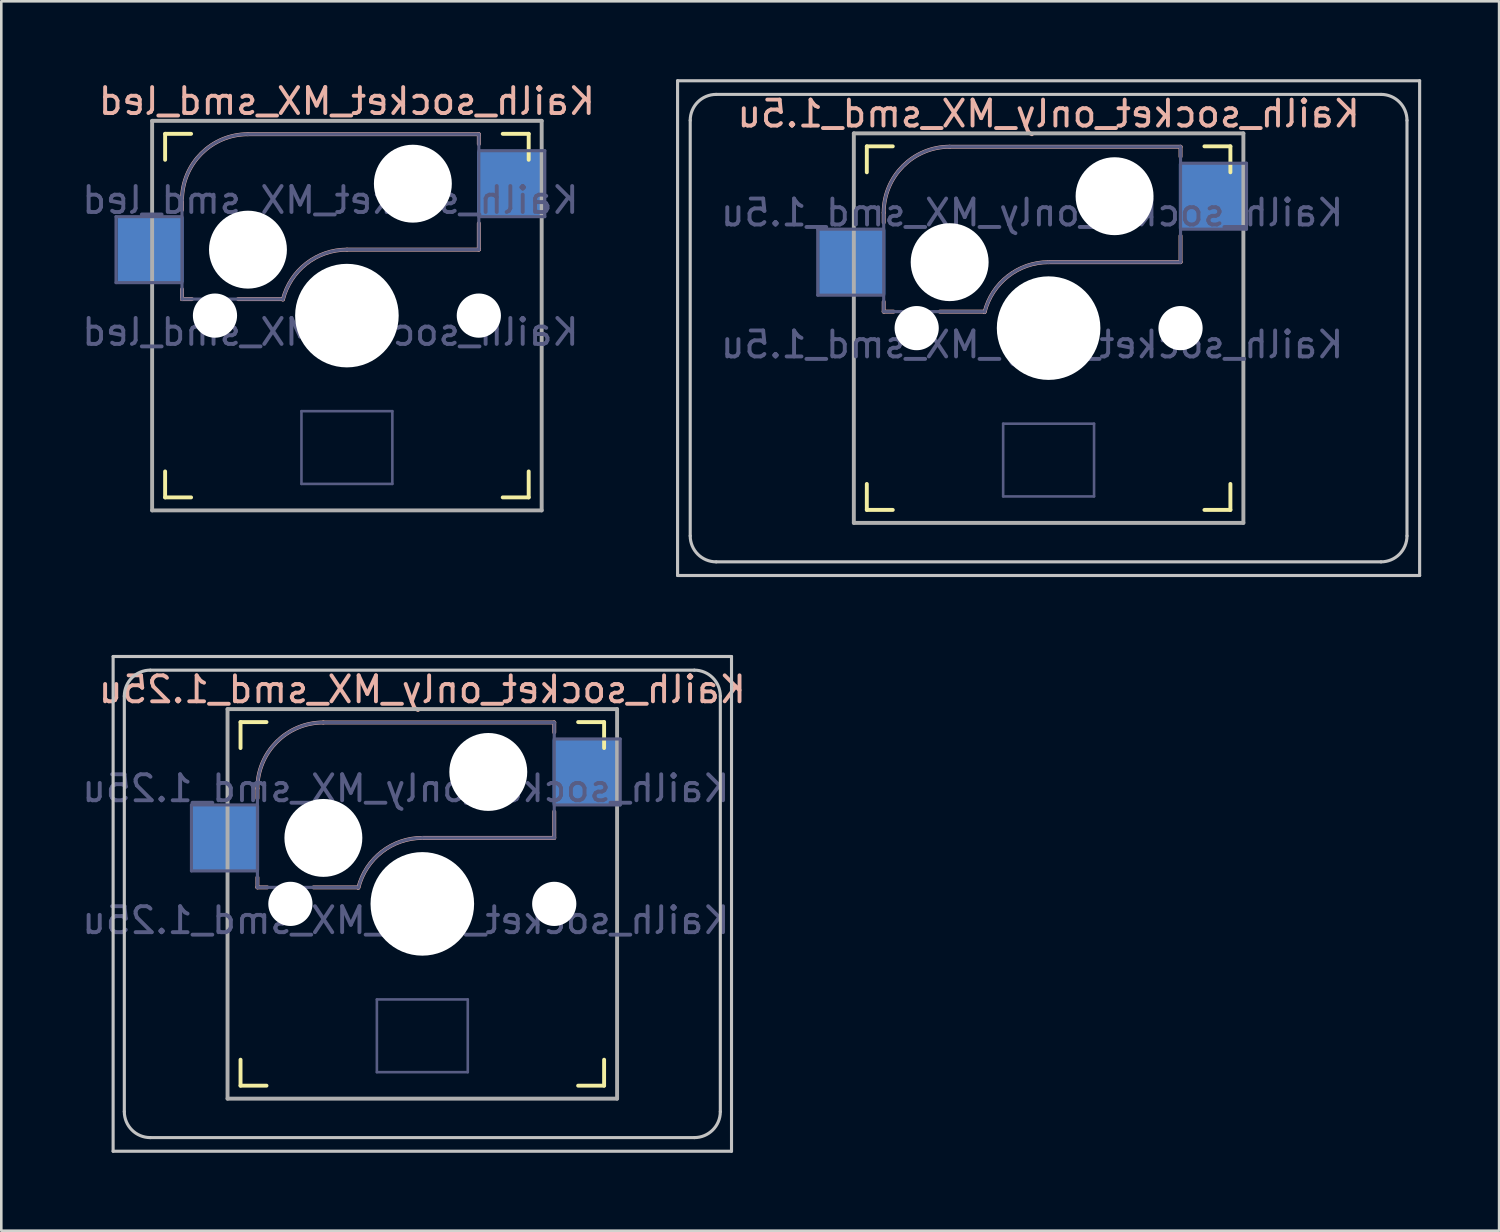
<source format=kicad_pcb>
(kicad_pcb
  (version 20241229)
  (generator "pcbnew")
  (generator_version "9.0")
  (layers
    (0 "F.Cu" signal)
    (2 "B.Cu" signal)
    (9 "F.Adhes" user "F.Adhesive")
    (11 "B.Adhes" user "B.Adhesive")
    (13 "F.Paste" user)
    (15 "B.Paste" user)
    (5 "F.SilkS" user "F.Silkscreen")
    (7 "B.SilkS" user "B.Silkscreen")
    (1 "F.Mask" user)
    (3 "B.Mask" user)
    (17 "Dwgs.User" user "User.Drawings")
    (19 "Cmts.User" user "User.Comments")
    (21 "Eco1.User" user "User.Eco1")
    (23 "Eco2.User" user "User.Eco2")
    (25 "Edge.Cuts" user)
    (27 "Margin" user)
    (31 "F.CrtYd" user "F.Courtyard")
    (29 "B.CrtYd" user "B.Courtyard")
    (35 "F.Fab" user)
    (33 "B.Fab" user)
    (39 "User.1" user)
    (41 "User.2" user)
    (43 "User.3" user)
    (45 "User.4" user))
  (footprint "Kailh_socket_only_MX_smd_1.25u"
    (layer "F.Cu")
    (at 13.212 31.755)
    (property "Reference" "Kailh_socket_only_MX_smd_1.25u" (at 0 -8.255 0) (layer "B.SilkS") (effects (font (size 1 1) (thickness 0.15)) (justify mirror)))
    (property "Value" "Kailh_socket_only_MX_smd_1.25u" (at 0 8.255 0) (layer "F.Fab") (hide yes) (effects (font (size 1 1) (thickness 0.15))))
    (attr smd)
    (fp_line (start -7 -6) (end -7 -7) (stroke (width 0.15) (type solid)) (layer "F.SilkS"))
    (fp_line (start -7 7) (end -7 6) (stroke (width 0.15) (type solid)) (layer "F.SilkS"))
    (fp_line (start -7 7) (end -6 7) (stroke (width 0.15) (type solid)) (layer "F.SilkS"))
    (fp_line (start -6 -7) (end -7 -7) (stroke (width 0.15) (type solid)) (layer "F.SilkS"))
    (fp_line (start 6 7) (end 7 7) (stroke (width 0.15) (type solid)) (layer "F.SilkS"))
    (fp_line (start 7 -7) (end 6 -7) (stroke (width 0.15) (type solid)) (layer "F.SilkS"))
    (fp_line (start 7 -7) (end 7 -6) (stroke (width 0.15) (type solid)) (layer "F.SilkS"))
    (fp_line (start 7 6) (end 7 7) (stroke (width 0.15) (type solid)) (layer "F.SilkS"))
    (fp_line (start -6.35 -4.445) (end -6.35 -4.064) (stroke (width 0.15) (type solid)) (layer "B.SilkS"))
    (fp_line (start -6.35 -1.016) (end -6.35 -0.635) (stroke (width 0.15) (type solid)) (layer "B.SilkS"))
    (fp_line (start -5.969 -0.635) (end -6.35 -0.635) (stroke (width 0.15) (type solid)) (layer "B.SilkS"))
    (fp_line (start -3.81 -6.985) (end 5.08 -6.985) (stroke (width 0.15) (type solid)) (layer "B.SilkS"))
    (fp_line (start -2.464 -0.635) (end -4.191 -0.635) (stroke (width 0.15) (type solid)) (layer "B.SilkS"))
    (fp_line (start 5.08 -6.985) (end 5.08 -6.604) (stroke (width 0.15) (type solid)) (layer "B.SilkS"))
    (fp_line (start 5.08 -3.556) (end 5.08 -2.54) (stroke (width 0.15) (type solid)) (layer "B.SilkS"))
    (fp_line (start 5.08 -2.54) (end 0 -2.54) (stroke (width 0.15) (type solid)) (layer "B.SilkS"))
    (fp_arc (start -6.35 -4.445) (mid -5.606051 -6.241051) (end -3.81 -6.985) (stroke (width 0.15) (type solid)) (layer "B.SilkS"))
    (fp_arc (start -2.464162 -0.61604) (mid -1.563147 -2.002042) (end 0 -2.54) (stroke (width 0.15) (type solid)) (layer "B.SilkS"))
    (fp_line (start -11.906 -9.525) (end 11.906 -9.525) (stroke (width 0.12) (type solid)) (layer "Dwgs.User"))
    (fp_line (start -11.906 9.525) (end -11.906 -9.525) (stroke (width 0.12) (type solid)) (layer "Dwgs.User"))
    (fp_line (start -11.475 8) (end -11.475 -8) (stroke (width 0.12) (type solid)) (layer "Dwgs.User"))
    (fp_line (start -10.475 -9) (end 10.475 -9) (stroke (width 0.12) (type solid)) (layer "Dwgs.User"))
    (fp_line (start -10.475 9) (end 10.475 9) (stroke (width 0.12) (type solid)) (layer "Dwgs.User"))
    (fp_line (start 11.475 8) (end 11.475 -8) (stroke (width 0.12) (type solid)) (layer "Dwgs.User"))
    (fp_line (start 11.906 -9.525) (end 11.906 9.525) (stroke (width 0.12) (type solid)) (layer "Dwgs.User"))
    (fp_line (start 11.906 9.525) (end -11.906 9.525) (stroke (width 0.12) (type solid)) (layer "Dwgs.User"))
    (fp_arc (start -11.475 -8) (mid -11.182107 -8.707107) (end -10.475 -9) (stroke (width 0.12) (type solid)) (layer "Dwgs.User"))
    (fp_arc (start -10.475 9) (mid -11.182107 8.707107) (end -11.475 8) (stroke (width 0.12) (type solid)) (layer "Dwgs.User"))
    (fp_arc (start 10.475 -9) (mid 11.182107 -8.707107) (end 11.475 -8) (stroke (width 0.12) (type solid)) (layer "Dwgs.User"))
    (fp_arc (start 11.475 8) (mid 11.182107 8.707107) (end 10.475 9) (stroke (width 0.12) (type solid)) (layer "Dwgs.User"))
    (fp_line (start -6.9 6.9) (end -6.9 -6.9) (stroke (width 0.15) (type solid)) (layer "Eco2.User"))
    (fp_line (start -6.9 6.9) (end 6.9 6.9) (stroke (width 0.15) (type solid)) (layer "Eco2.User"))
    (fp_line (start 6.9 -6.9) (end -6.9 -6.9) (stroke (width 0.15) (type solid)) (layer "Eco2.User"))
    (fp_line (start 6.9 -6.9) (end 6.9 6.9) (stroke (width 0.15) (type solid)) (layer "Eco2.User"))
    (fp_line (start -8.89 -3.81) (end -6.35 -3.81) (stroke (width 0.12) (type solid)) (layer "B.Fab"))
    (fp_line (start -8.89 -1.27) (end -8.89 -3.81) (stroke (width 0.12) (type solid)) (layer "B.Fab"))
    (fp_line (start -6.35 -1.27) (end -8.89 -1.27) (stroke (width 0.12) (type solid)) (layer "B.Fab"))
    (fp_line (start -6.35 -0.635) (end -6.35 -4.445) (stroke (width 0.12) (type solid)) (layer "B.Fab"))
    (fp_line (start -6.35 -0.635) (end -2.54 -0.635) (stroke (width 0.12) (type solid)) (layer "B.Fab"))
    (fp_line (start -3.81 -6.985) (end 5.08 -6.985) (stroke (width 0.12) (type solid)) (layer "B.Fab"))
    (fp_line (start -1.75 3.68) (end -1.75 6.48) (stroke (width 0.1) (type solid)) (layer "B.Fab"))
    (fp_line (start -1.75 3.68) (end 1.75 3.68) (stroke (width 0.1) (type solid)) (layer "B.Fab"))
    (fp_line (start -1.75 6.48) (end 1.75 6.48) (stroke (width 0.1) (type solid)) (layer "B.Fab"))
    (fp_line (start 1.75 3.68) (end 1.75 6.48) (stroke (width 0.1) (type solid)) (layer "B.Fab"))
    (fp_line (start 5.08 -6.985) (end 5.08 -2.54) (stroke (width 0.12) (type solid)) (layer "B.Fab"))
    (fp_line (start 5.08 -6.35) (end 7.62 -6.35) (stroke (width 0.12) (type solid)) (layer "B.Fab"))
    (fp_line (start 5.08 -2.54) (end 0 -2.54) (stroke (width 0.12) (type solid)) (layer "B.Fab"))
    (fp_line (start 7.62 -6.35) (end 7.62 -3.81) (stroke (width 0.12) (type solid)) (layer "B.Fab"))
    (fp_line (start 7.62 -3.81) (end 5.08 -3.81) (stroke (width 0.12) (type solid)) (layer "B.Fab"))
    (fp_arc (start -6.35 -4.445) (mid -5.606051 -6.241051) (end -3.81 -6.985) (stroke (width 0.12) (type solid)) (layer "B.Fab"))
    (fp_arc (start -2.464162 -0.61604) (mid -1.563147 -2.002042) (end 0 -2.54) (stroke (width 0.12) (type solid)) (layer "B.Fab"))
    (fp_line (start -7.5 -7.5) (end 7.5 -7.5) (stroke (width 0.15) (type solid)) (layer "F.Fab"))
    (fp_line (start -7.5 7.5) (end -7.5 -7.5) (stroke (width 0.15) (type solid)) (layer "F.Fab"))
    (fp_line (start 7.5 -7.5) (end 7.5 7.5) (stroke (width 0.15) (type solid)) (layer "F.Fab"))
    (fp_line (start 7.5 7.5) (end -7.5 7.5) (stroke (width 0.15) (type solid)) (layer "F.Fab"))
    (fp_text user "${REFERENCE}" (at -0.635 -4.445 0) (layer "B.Fab") (effects (font (size 1 1) (thickness 0.15)) (justify mirror)))
    (fp_text user "${VALUE}" (at -0.635 0.635 0) (layer "B.Fab") (effects (font (size 1 1) (thickness 0.15)) (justify mirror)))
    (pad "" np_thru_hole circle (at -5.08 0) (size 1.702 1.702) (drill 1.702) (layers "*.Cu" "*.Mask"))
    (pad "" np_thru_hole circle (at -3.81 -2.54) (size 3 3) (drill 3) (layers "*.Cu" "*.Mask"))
    (pad "" np_thru_hole circle (at 0 0) (size 3.988 3.988) (drill 3.988) (layers "*.Cu" "*.Mask"))
    (pad "" np_thru_hole circle (at 2.54 -5.08) (size 3 3) (drill 3) (layers "*.Cu" "*.Mask"))
    (pad "" np_thru_hole circle (at 5.08 0) (size 1.702 1.702) (drill 1.702) (layers "*.Cu" "*.Mask"))
    (pad "1" smd rect (at 6.29 -5.08) (size 2.55 2.5) (layers "B.Cu" "B.Mask" "B.Paste"))
    (pad "2" smd rect (at -7.56 -2.54) (size 2.55 2.5) (layers "B.Cu" "B.Mask" "B.Paste")))
  (footprint "Kailh_socket_only_MX_smd_1.5u"
    (layer "F.Cu")
    (at 37.328 9.585)
    (property "Reference" "Kailh_socket_only_MX_smd_1.5u" (at 0 -8.255 0) (layer "B.SilkS") (effects (font (size 1 1) (thickness 0.15)) (justify mirror)))
    (property "Value" "Kailh_socket_only_MX_smd_1.5u" (at 0 8.255 0) (layer "F.Fab") (hide yes) (effects (font (size 1 1) (thickness 0.15))))
    (attr smd)
    (fp_line (start -7 -6) (end -7 -7) (stroke (width 0.15) (type solid)) (layer "F.SilkS"))
    (fp_line (start -7 7) (end -7 6) (stroke (width 0.15) (type solid)) (layer "F.SilkS"))
    (fp_line (start -7 7) (end -6 7) (stroke (width 0.15) (type solid)) (layer "F.SilkS"))
    (fp_line (start -6 -7) (end -7 -7) (stroke (width 0.15) (type solid)) (layer "F.SilkS"))
    (fp_line (start 6 7) (end 7 7) (stroke (width 0.15) (type solid)) (layer "F.SilkS"))
    (fp_line (start 7 -7) (end 6 -7) (stroke (width 0.15) (type solid)) (layer "F.SilkS"))
    (fp_line (start 7 -7) (end 7 -6) (stroke (width 0.15) (type solid)) (layer "F.SilkS"))
    (fp_line (start 7 6) (end 7 7) (stroke (width 0.15) (type solid)) (layer "F.SilkS"))
    (fp_line (start -6.35 -4.445) (end -6.35 -4.064) (stroke (width 0.15) (type solid)) (layer "B.SilkS"))
    (fp_line (start -6.35 -1.016) (end -6.35 -0.635) (stroke (width 0.15) (type solid)) (layer "B.SilkS"))
    (fp_line (start -5.969 -0.635) (end -6.35 -0.635) (stroke (width 0.15) (type solid)) (layer "B.SilkS"))
    (fp_line (start -3.81 -6.985) (end 5.08 -6.985) (stroke (width 0.15) (type solid)) (layer "B.SilkS"))
    (fp_line (start -2.464 -0.635) (end -4.191 -0.635) (stroke (width 0.15) (type solid)) (layer "B.SilkS"))
    (fp_line (start 5.08 -6.985) (end 5.08 -6.604) (stroke (width 0.15) (type solid)) (layer "B.SilkS"))
    (fp_line (start 5.08 -3.556) (end 5.08 -2.54) (stroke (width 0.15) (type solid)) (layer "B.SilkS"))
    (fp_line (start 5.08 -2.54) (end 0 -2.54) (stroke (width 0.15) (type solid)) (layer "B.SilkS"))
    (fp_arc (start -6.35 -4.445) (mid -5.606051 -6.241051) (end -3.81 -6.985) (stroke (width 0.15) (type solid)) (layer "B.SilkS"))
    (fp_arc (start -2.464162 -0.61604) (mid -1.563147 -2.002042) (end 0 -2.54) (stroke (width 0.15) (type solid)) (layer "B.SilkS"))
    (fp_line (start -14.287 -9.525) (end 14.287 -9.525) (stroke (width 0.12) (type solid)) (layer "Dwgs.User"))
    (fp_line (start -14.287 9.525) (end -14.287 -9.525) (stroke (width 0.12) (type solid)) (layer "Dwgs.User"))
    (fp_line (start -13.8 8) (end -13.8 -8) (stroke (width 0.12) (type solid)) (layer "Dwgs.User"))
    (fp_line (start -12.8 -9) (end 12.8 -9) (stroke (width 0.12) (type solid)) (layer "Dwgs.User"))
    (fp_line (start -12.8 9) (end 12.8 9) (stroke (width 0.12) (type solid)) (layer "Dwgs.User"))
    (fp_line (start 13.8 8) (end 13.8 -8) (stroke (width 0.12) (type solid)) (layer "Dwgs.User"))
    (fp_line (start 14.287 -9.525) (end 14.287 9.525) (stroke (width 0.12) (type solid)) (layer "Dwgs.User"))
    (fp_line (start 14.287 9.525) (end -14.287 9.525) (stroke (width 0.12) (type solid)) (layer "Dwgs.User"))
    (fp_arc (start -13.8 -8) (mid -13.507107 -8.707107) (end -12.8 -9) (stroke (width 0.12) (type solid)) (layer "Dwgs.User"))
    (fp_arc (start -12.8 9) (mid -13.507107 8.707107) (end -13.8 8) (stroke (width 0.12) (type solid)) (layer "Dwgs.User"))
    (fp_arc (start 12.8 -9) (mid 13.507107 -8.707107) (end 13.8 -8) (stroke (width 0.12) (type solid)) (layer "Dwgs.User"))
    (fp_arc (start 13.8 8) (mid 13.507107 8.707107) (end 12.8 9) (stroke (width 0.12) (type solid)) (layer "Dwgs.User"))
    (fp_line (start -6.9 6.9) (end -6.9 -6.9) (stroke (width 0.15) (type solid)) (layer "Eco2.User"))
    (fp_line (start -6.9 6.9) (end 6.9 6.9) (stroke (width 0.15) (type solid)) (layer "Eco2.User"))
    (fp_line (start 6.9 -6.9) (end -6.9 -6.9) (stroke (width 0.15) (type solid)) (layer "Eco2.User"))
    (fp_line (start 6.9 -6.9) (end 6.9 6.9) (stroke (width 0.15) (type solid)) (layer "Eco2.User"))
    (fp_line (start -8.89 -3.81) (end -6.35 -3.81) (stroke (width 0.12) (type solid)) (layer "B.Fab"))
    (fp_line (start -8.89 -1.27) (end -8.89 -3.81) (stroke (width 0.12) (type solid)) (layer "B.Fab"))
    (fp_line (start -6.35 -1.27) (end -8.89 -1.27) (stroke (width 0.12) (type solid)) (layer "B.Fab"))
    (fp_line (start -6.35 -0.635) (end -6.35 -4.445) (stroke (width 0.12) (type solid)) (layer "B.Fab"))
    (fp_line (start -6.35 -0.635) (end -2.54 -0.635) (stroke (width 0.12) (type solid)) (layer "B.Fab"))
    (fp_line (start -3.81 -6.985) (end 5.08 -6.985) (stroke (width 0.12) (type solid)) (layer "B.Fab"))
    (fp_line (start -1.75 3.68) (end -1.75 6.48) (stroke (width 0.1) (type solid)) (layer "B.Fab"))
    (fp_line (start -1.75 3.68) (end 1.75 3.68) (stroke (width 0.1) (type solid)) (layer "B.Fab"))
    (fp_line (start -1.75 6.48) (end 1.75 6.48) (stroke (width 0.1) (type solid)) (layer "B.Fab"))
    (fp_line (start 1.75 3.68) (end 1.75 6.48) (stroke (width 0.1) (type solid)) (layer "B.Fab"))
    (fp_line (start 5.08 -6.985) (end 5.08 -2.54) (stroke (width 0.12) (type solid)) (layer "B.Fab"))
    (fp_line (start 5.08 -6.35) (end 7.62 -6.35) (stroke (width 0.12) (type solid)) (layer "B.Fab"))
    (fp_line (start 5.08 -2.54) (end 0 -2.54) (stroke (width 0.12) (type solid)) (layer "B.Fab"))
    (fp_line (start 7.62 -6.35) (end 7.62 -3.81) (stroke (width 0.12) (type solid)) (layer "B.Fab"))
    (fp_line (start 7.62 -3.81) (end 5.08 -3.81) (stroke (width 0.12) (type solid)) (layer "B.Fab"))
    (fp_arc (start -6.35 -4.445) (mid -5.606051 -6.241051) (end -3.81 -6.985) (stroke (width 0.12) (type solid)) (layer "B.Fab"))
    (fp_arc (start -2.464162 -0.61604) (mid -1.563147 -2.002042) (end 0 -2.54) (stroke (width 0.12) (type solid)) (layer "B.Fab"))
    (fp_line (start -7.5 -7.5) (end 7.5 -7.5) (stroke (width 0.15) (type solid)) (layer "F.Fab"))
    (fp_line (start -7.5 7.5) (end -7.5 -7.5) (stroke (width 0.15) (type solid)) (layer "F.Fab"))
    (fp_line (start 7.5 -7.5) (end 7.5 7.5) (stroke (width 0.15) (type solid)) (layer "F.Fab"))
    (fp_line (start 7.5 7.5) (end -7.5 7.5) (stroke (width 0.15) (type solid)) (layer "F.Fab"))
    (fp_text user "${VALUE}" (at -0.635 0.635 0) (layer "B.Fab") (effects (font (size 1 1) (thickness 0.15)) (justify mirror)))
    (fp_text user "${REFERENCE}" (at -0.635 -4.445 0) (layer "B.Fab") (effects (font (size 1 1) (thickness 0.15)) (justify mirror)))
    (pad "" np_thru_hole circle (at -5.08 0) (size 1.702 1.702) (drill 1.702) (layers "*.Cu" "*.Mask"))
    (pad "" np_thru_hole circle (at -3.81 -2.54) (size 3 3) (drill 3) (layers "*.Cu" "*.Mask"))
    (pad "" np_thru_hole circle (at 0 0) (size 3.988 3.988) (drill 3.988) (layers "*.Cu" "*.Mask"))
    (pad "" np_thru_hole circle (at 2.54 -5.08) (size 3 3) (drill 3) (layers "*.Cu" "*.Mask"))
    (pad "" np_thru_hole circle (at 5.08 0) (size 1.702 1.702) (drill 1.702) (layers "*.Cu" "*.Mask"))
    (pad "1" smd rect (at 6.29 -5.08) (size 2.55 2.5) (layers "B.Cu" "B.Mask" "B.Paste"))
    (pad "2" smd rect (at -7.56 -2.54) (size 2.55 2.5) (layers "B.Cu" "B.Mask" "B.Paste")))
  (footprint "Kailh_socket_MX_smd_led"
    (layer "F.Cu")
    (at 10.308 9.103)
    (property "Reference" "Kailh_socket_MX_smd_led" (at 0 -8.255 0) (layer "B.SilkS") (effects (font (size 1 1) (thickness 0.15)) (justify mirror)))
    (property "Value" "Kailh_socket_MX_smd_led" (at 0 8.255 0) (layer "F.Fab") (hide yes) (effects (font (size 1 1) (thickness 0.15))))
    (attr smd)
    (fp_line (start -7 -6) (end -7 -7) (stroke (width 0.15) (type solid)) (layer "F.SilkS"))
    (fp_line (start -7 7) (end -7 6) (stroke (width 0.15) (type solid)) (layer "F.SilkS"))
    (fp_line (start -7 7) (end -6 7) (stroke (width 0.15) (type solid)) (layer "F.SilkS"))
    (fp_line (start -6 -7) (end -7 -7) (stroke (width 0.15) (type solid)) (layer "F.SilkS"))
    (fp_line (start 6 7) (end 7 7) (stroke (width 0.15) (type solid)) (layer "F.SilkS"))
    (fp_line (start 7 -7) (end 6 -7) (stroke (width 0.15) (type solid)) (layer "F.SilkS"))
    (fp_line (start 7 -7) (end 7 -6) (stroke (width 0.15) (type solid)) (layer "F.SilkS"))
    (fp_line (start 7 6) (end 7 7) (stroke (width 0.15) (type solid)) (layer "F.SilkS"))
    (fp_line (start -6.35 -4.445) (end -6.35 -4.064) (stroke (width 0.15) (type solid)) (layer "B.SilkS"))
    (fp_line (start -6.35 -1.016) (end -6.35 -0.635) (stroke (width 0.15) (type solid)) (layer "B.SilkS"))
    (fp_line (start -5.969 -0.635) (end -6.35 -0.635) (stroke (width 0.15) (type solid)) (layer "B.SilkS"))
    (fp_line (start -3.81 -6.985) (end 5.08 -6.985) (stroke (width 0.15) (type solid)) (layer "B.SilkS"))
    (fp_line (start -2.464 -0.635) (end -4.191 -0.635) (stroke (width 0.15) (type solid)) (layer "B.SilkS"))
    (fp_line (start 5.08 -6.985) (end 5.08 -6.604) (stroke (width 0.15) (type solid)) (layer "B.SilkS"))
    (fp_line (start 5.08 -3.556) (end 5.08 -2.54) (stroke (width 0.15) (type solid)) (layer "B.SilkS"))
    (fp_line (start 5.08 -2.54) (end 0 -2.54) (stroke (width 0.15) (type solid)) (layer "B.SilkS"))
    (fp_arc (start -6.35 -4.445) (mid -5.606051 -6.241051) (end -3.81 -6.985) (stroke (width 0.15) (type solid)) (layer "B.SilkS"))
    (fp_arc (start -2.464162 -0.61604) (mid -1.563147 -2.002042) (end 0 -2.54) (stroke (width 0.15) (type solid)) (layer "B.SilkS"))
    (fp_line (start -6.9 6.9) (end -6.9 -6.9) (stroke (width 0.15) (type solid)) (layer "Eco2.User"))
    (fp_line (start -6.9 6.9) (end 6.9 6.9) (stroke (width 0.15) (type solid)) (layer "Eco2.User"))
    (fp_line (start 6.9 -6.9) (end -6.9 -6.9) (stroke (width 0.15) (type solid)) (layer "Eco2.User"))
    (fp_line (start 6.9 -6.9) (end 6.9 6.9) (stroke (width 0.15) (type solid)) (layer "Eco2.User"))
    (fp_line (start -8.89 -3.81) (end -6.35 -3.81) (stroke (width 0.12) (type solid)) (layer "B.Fab"))
    (fp_line (start -8.89 -1.27) (end -8.89 -3.81) (stroke (width 0.12) (type solid)) (layer "B.Fab"))
    (fp_line (start -6.35 -1.27) (end -8.89 -1.27) (stroke (width 0.12) (type solid)) (layer "B.Fab"))
    (fp_line (start -6.35 -0.635) (end -6.35 -4.445) (stroke (width 0.12) (type solid)) (layer "B.Fab"))
    (fp_line (start -6.35 -0.635) (end -2.54 -0.635) (stroke (width 0.12) (type solid)) (layer "B.Fab"))
    (fp_line (start -3.81 -6.985) (end 5.08 -6.985) (stroke (width 0.12) (type solid)) (layer "B.Fab"))
    (fp_line (start -1.75 3.68) (end -1.75 6.48) (stroke (width 0.1) (type solid)) (layer "B.Fab"))
    (fp_line (start -1.75 3.68) (end 1.75 3.68) (stroke (width 0.1) (type solid)) (layer "B.Fab"))
    (fp_line (start -1.75 6.48) (end 1.75 6.48) (stroke (width 0.1) (type solid)) (layer "B.Fab"))
    (fp_line (start 1.75 3.68) (end 1.75 6.48) (stroke (width 0.1) (type solid)) (layer "B.Fab"))
    (fp_line (start 5.08 -6.985) (end 5.08 -2.54) (stroke (width 0.12) (type solid)) (layer "B.Fab"))
    (fp_line (start 5.08 -6.35) (end 7.62 -6.35) (stroke (width 0.12) (type solid)) (layer "B.Fab"))
    (fp_line (start 5.08 -2.54) (end 0 -2.54) (stroke (width 0.12) (type solid)) (layer "B.Fab"))
    (fp_line (start 7.62 -6.35) (end 7.62 -3.81) (stroke (width 0.12) (type solid)) (layer "B.Fab"))
    (fp_line (start 7.62 -3.81) (end 5.08 -3.81) (stroke (width 0.12) (type solid)) (layer "B.Fab"))
    (fp_arc (start -6.35 -4.445) (mid -5.606051 -6.241051) (end -3.81 -6.985) (stroke (width 0.12) (type solid)) (layer "B.Fab"))
    (fp_arc (start -2.464162 -0.61604) (mid -1.563147 -2.002042) (end 0 -2.54) (stroke (width 0.12) (type solid)) (layer "B.Fab"))
    (fp_line (start -7.5 -7.5) (end 7.5 -7.5) (stroke (width 0.15) (type solid)) (layer "F.Fab"))
    (fp_line (start -7.5 7.5) (end -7.5 -7.5) (stroke (width 0.15) (type solid)) (layer "F.Fab"))
    (fp_line (start 7.5 -7.5) (end 7.5 7.5) (stroke (width 0.15) (type solid)) (layer "F.Fab"))
    (fp_line (start 7.5 7.5) (end -7.5 7.5) (stroke (width 0.15) (type solid)) (layer "F.Fab"))
    (fp_text user "${REFERENCE}" (at -0.635 -4.445 0) (layer "B.Fab") (effects (font (size 1 1) (thickness 0.15)) (justify mirror)))
    (fp_text user "${VALUE}" (at -0.635 0.635 0) (layer "B.Fab") (effects (font (size 1 1) (thickness 0.15)) (justify mirror)))
    (pad "" np_thru_hole circle (at -5.08 0) (size 1.702 1.702) (drill 1.702) (layers "*.Cu" "*.Mask"))
    (pad "" np_thru_hole circle (at -3.81 -2.54) (size 3 3) (drill 3) (layers "*.Cu" "*.Mask"))
    (pad "" np_thru_hole circle (at 0 0) (size 3.988 3.988) (drill 3.988) (layers "*.Cu" "*.Mask"))
    (pad "" np_thru_hole circle (at 2.54 -5.08) (size 3 3) (drill 3) (layers "*.Cu" "*.Mask"))
    (pad "" np_thru_hole circle (at 5.08 0) (size 1.702 1.702) (drill 1.702) (layers "*.Cu" "*.Mask"))
    (pad "1" smd rect (at 6.29 -5.08) (size 2.55 2.5) (layers "B.Cu" "B.Mask" "B.Paste"))
    (pad "2" smd rect (at -7.56 -2.54) (size 2.55 2.5) (layers "B.Cu" "B.Mask" "B.Paste")))
  (gr_rect
    (start -3 -3)
    (end 54.675 44.34)
    (stroke (width 0.1) (type default))
    (fill no)
    (layer "Edge.Cuts")))
</source>
